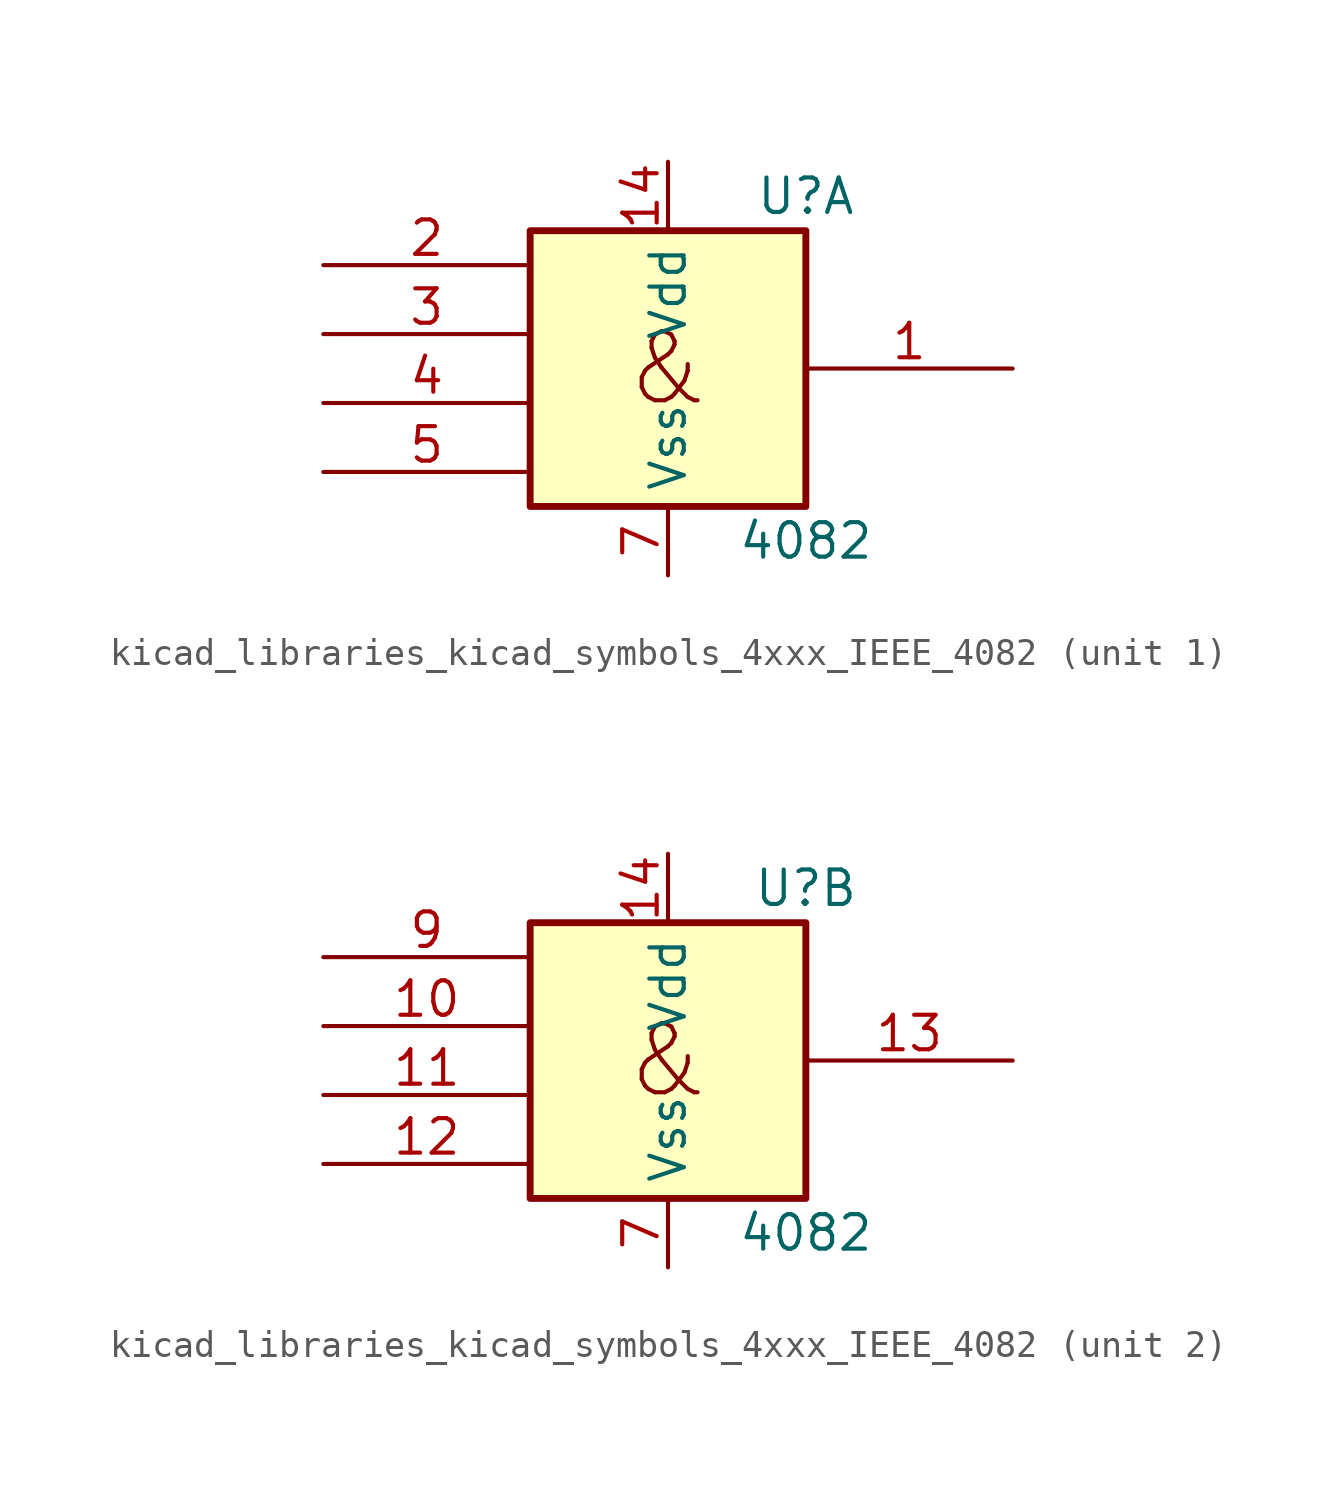
<source format=kicad_sym>
(kicad_symbol_lib
  (version 20220914)
  (generator kicad_symbol_editor)
  (symbol "kicad_libraries_kicad_symbols_4xxx_IEEE_4082"
    (property "Reference" "U"
      (at 5.08 6.35 0)
      (effects (font (size 1.27 1.27))))
    (property "Value" "4082"
      (at 5.08 -6.35 0)
      (effects (font (size 1.27 1.27))))
    (symbol "kicad_libraries_kicad_symbols_4xxx_IEEE_4082_0_0"
      (text "&" (at 0 0 0) (effects (font (size 2.54 2.54))))
      (pin power_in line (at 0 7.62 270) (length 2.54) (name "Vdd" (effects (font (size 1.27 1.27)))) (number "14" (effects (font (size 1.27 1.27)))))
      (pin power_in line (at 0 -7.62 90) (length 2.54) (name "Vss" (effects (font (size 1.27 1.27)))) (number "7" (effects (font (size 1.27 1.27))))))
    (symbol "kicad_libraries_kicad_symbols_4xxx_IEEE_4082_0_1"
      (rectangle (start -5.08 5.08) (end 5.08 -5.08) (stroke (width 0.254) (type default)) (fill (type background))))
    (symbol "kicad_libraries_kicad_symbols_4xxx_IEEE_4082_1_1"
      (pin output line (at 12.7 0 180) (length 7.62) (name "~" (effects (font (size 1.27 1.27)))) (number "1" (effects (font (size 1.27 1.27)))))
      (pin input line (at -12.7 3.81 0) (length 7.62) (name "~" (effects (font (size 1.27 1.27)))) (number "2" (effects (font (size 1.27 1.27)))))
      (pin input line (at -12.7 1.27 0) (length 7.62) (name "~" (effects (font (size 1.27 1.27)))) (number "3" (effects (font (size 1.27 1.27)))))
      (pin input line (at -12.7 -1.27 0) (length 7.62) (name "~" (effects (font (size 1.27 1.27)))) (number "4" (effects (font (size 1.27 1.27)))))
      (pin input line (at -12.7 -3.81 0) (length 7.62) (name "~" (effects (font (size 1.27 1.27)))) (number "5" (effects (font (size 1.27 1.27))))))
    (symbol "kicad_libraries_kicad_symbols_4xxx_IEEE_4082_2_1"
      (pin input line (at -12.7 1.27 0) (length 7.62) (name "~" (effects (font (size 1.27 1.27)))) (number "10" (effects (font (size 1.27 1.27)))))
      (pin input line (at -12.7 -1.27 0) (length 7.62) (name "~" (effects (font (size 1.27 1.27)))) (number "11" (effects (font (size 1.27 1.27)))))
      (pin input line (at -12.7 -3.81 0) (length 7.62) (name "~" (effects (font (size 1.27 1.27)))) (number "12" (effects (font (size 1.27 1.27)))))
      (pin output line (at 12.7 0 180) (length 7.62) (name "~" (effects (font (size 1.27 1.27)))) (number "13" (effects (font (size 1.27 1.27)))))
      (pin input line (at -12.7 3.81 0) (length 7.62) (name "~" (effects (font (size 1.27 1.27)))) (number "9" (effects (font (size 1.27 1.27))))))))
</source>
